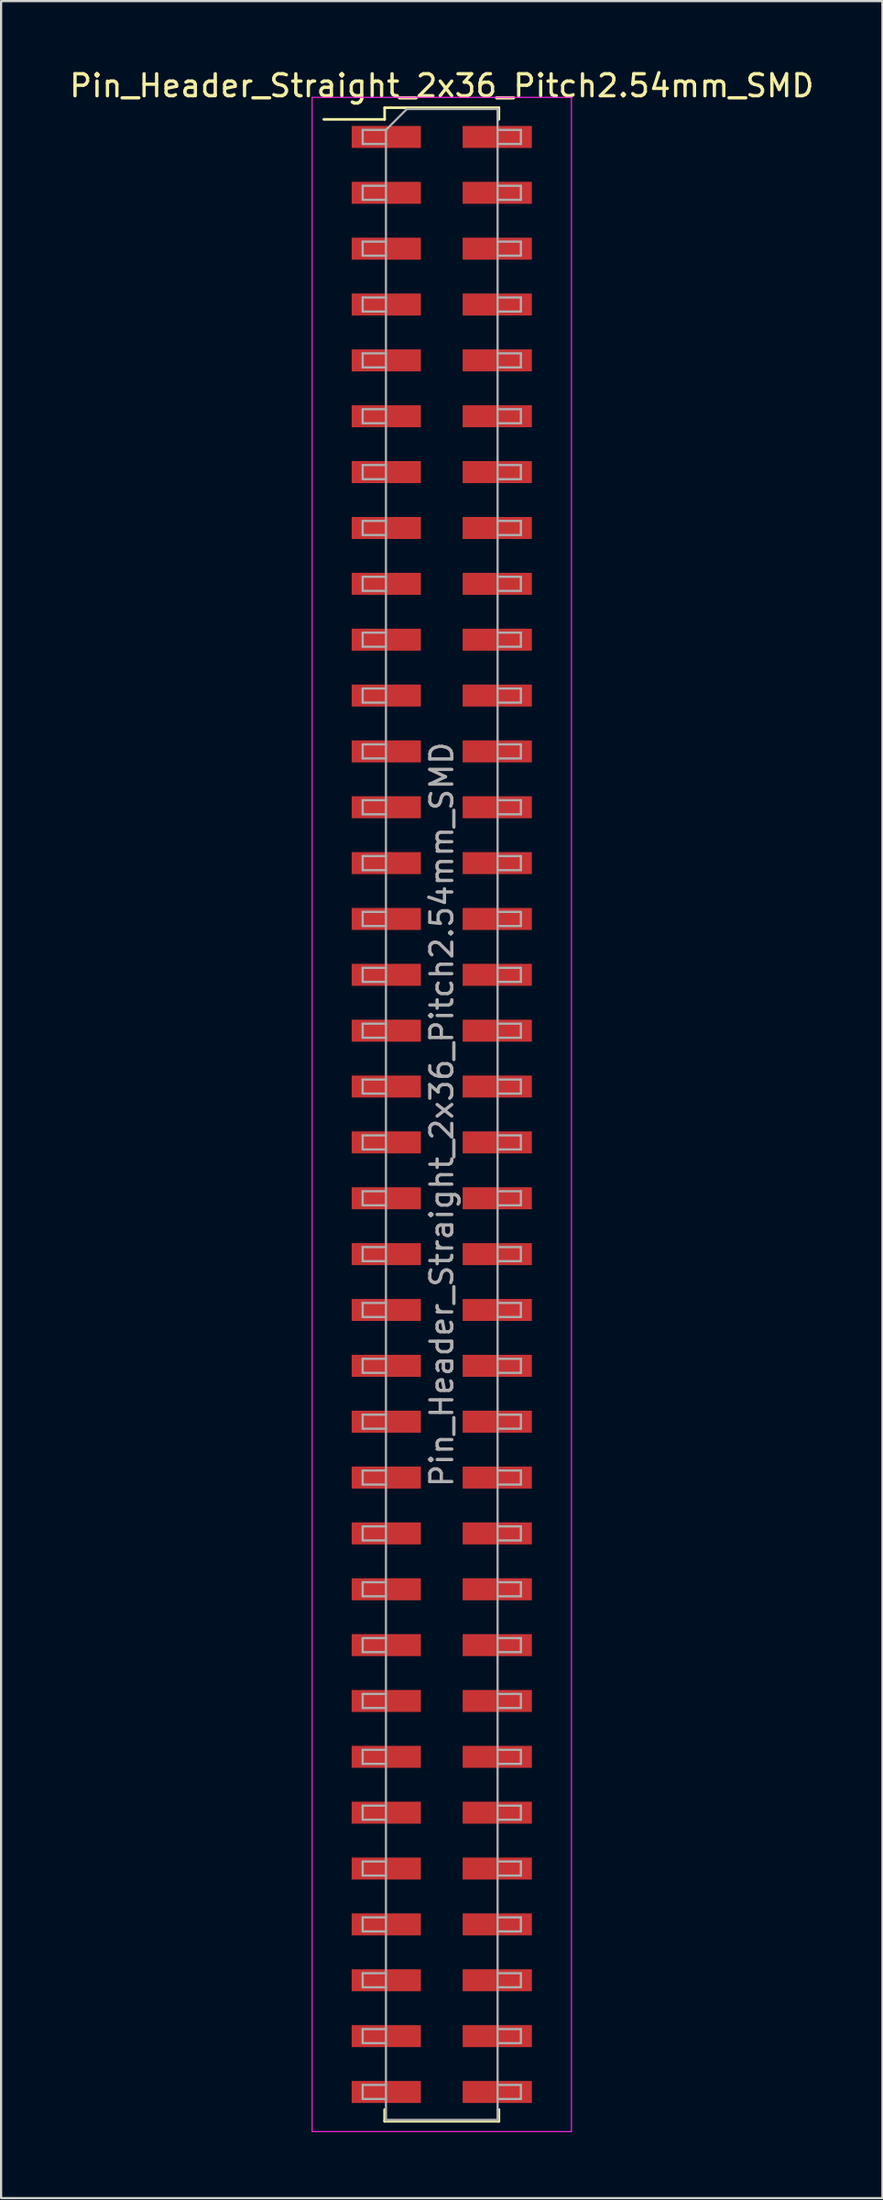
<source format=kicad_pcb>
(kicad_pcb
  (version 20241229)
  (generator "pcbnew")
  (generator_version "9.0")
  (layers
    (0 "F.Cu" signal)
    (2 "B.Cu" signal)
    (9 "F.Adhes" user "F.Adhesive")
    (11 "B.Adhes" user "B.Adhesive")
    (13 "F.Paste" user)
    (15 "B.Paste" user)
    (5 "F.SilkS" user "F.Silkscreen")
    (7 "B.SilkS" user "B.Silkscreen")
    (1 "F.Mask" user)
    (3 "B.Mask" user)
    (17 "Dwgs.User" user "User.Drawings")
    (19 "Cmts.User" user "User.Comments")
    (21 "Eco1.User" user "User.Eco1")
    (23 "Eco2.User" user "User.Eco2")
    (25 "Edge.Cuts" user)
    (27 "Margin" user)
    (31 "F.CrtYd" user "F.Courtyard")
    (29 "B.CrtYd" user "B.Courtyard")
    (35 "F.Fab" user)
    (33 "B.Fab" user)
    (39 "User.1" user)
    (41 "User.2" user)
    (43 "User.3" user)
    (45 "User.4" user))
  (footprint "Pin_Header_Straight_2x36_Pitch2.54mm_SMD"
    (layer "F.Cu")
    (at 17.054 47.628)
    (property "Reference" "Pin_Header_Straight_2x36_Pitch2.54mm_SMD" (at 0 -46.78 0) (layer "F.SilkS") (effects (font (size 1 1) (thickness 0.15))))
    (attr smd)
    (fp_line (start -5.37 -45.25) (end -2.6 -45.25) (stroke (width 0.12) (type solid)) (layer "F.SilkS"))
    (fp_line (start -2.6 -45.78) (end 2.6 -45.78) (stroke (width 0.12) (type solid)) (layer "F.SilkS"))
    (fp_line (start -2.6 -45.25) (end -2.6 -45.78) (stroke (width 0.12) (type solid)) (layer "F.SilkS"))
    (fp_line (start -2.6 45.25) (end -2.6 45.78) (stroke (width 0.12) (type solid)) (layer "F.SilkS"))
    (fp_line (start -2.6 45.78) (end 2.6 45.78) (stroke (width 0.12) (type solid)) (layer "F.SilkS"))
    (fp_line (start 2.6 -45.78) (end 2.6 -45.25) (stroke (width 0.12) (type solid)) (layer "F.SilkS"))
    (fp_line (start 2.6 45.78) (end 2.6 45.25) (stroke (width 0.12) (type solid)) (layer "F.SilkS"))
    (fp_line (start -5.9 -46.25) (end -5.9 46.25) (stroke (width 0.05) (type solid)) (layer "F.CrtYd"))
    (fp_line (start -5.9 46.25) (end 5.9 46.25) (stroke (width 0.05) (type solid)) (layer "F.CrtYd"))
    (fp_line (start 5.9 -46.25) (end -5.9 -46.25) (stroke (width 0.05) (type solid)) (layer "F.CrtYd"))
    (fp_line (start 5.9 46.25) (end 5.9 -46.25) (stroke (width 0.05) (type solid)) (layer "F.CrtYd"))
    (fp_line (start -3.6 -44.77) (end -3.6 -44.13) (stroke (width 0.1) (type solid)) (layer "F.Fab"))
    (fp_line (start -3.6 -44.13) (end -2.54 -44.13) (stroke (width 0.1) (type solid)) (layer "F.Fab"))
    (fp_line (start -3.6 -42.23) (end -3.6 -41.59) (stroke (width 0.1) (type solid)) (layer "F.Fab"))
    (fp_line (start -3.6 -41.59) (end -2.54 -41.59) (stroke (width 0.1) (type solid)) (layer "F.Fab"))
    (fp_line (start -3.6 -39.69) (end -3.6 -39.05) (stroke (width 0.1) (type solid)) (layer "F.Fab"))
    (fp_line (start -3.6 -39.05) (end -2.54 -39.05) (stroke (width 0.1) (type solid)) (layer "F.Fab"))
    (fp_line (start -3.6 -37.15) (end -3.6 -36.51) (stroke (width 0.1) (type solid)) (layer "F.Fab"))
    (fp_line (start -3.6 -36.51) (end -2.54 -36.51) (stroke (width 0.1) (type solid)) (layer "F.Fab"))
    (fp_line (start -3.6 -34.61) (end -3.6 -33.97) (stroke (width 0.1) (type solid)) (layer "F.Fab"))
    (fp_line (start -3.6 -33.97) (end -2.54 -33.97) (stroke (width 0.1) (type solid)) (layer "F.Fab"))
    (fp_line (start -3.6 -32.07) (end -3.6 -31.43) (stroke (width 0.1) (type solid)) (layer "F.Fab"))
    (fp_line (start -3.6 -31.43) (end -2.54 -31.43) (stroke (width 0.1) (type solid)) (layer "F.Fab"))
    (fp_line (start -3.6 -29.53) (end -3.6 -28.89) (stroke (width 0.1) (type solid)) (layer "F.Fab"))
    (fp_line (start -3.6 -28.89) (end -2.54 -28.89) (stroke (width 0.1) (type solid)) (layer "F.Fab"))
    (fp_line (start -3.6 -26.99) (end -3.6 -26.35) (stroke (width 0.1) (type solid)) (layer "F.Fab"))
    (fp_line (start -3.6 -26.35) (end -2.54 -26.35) (stroke (width 0.1) (type solid)) (layer "F.Fab"))
    (fp_line (start -3.6 -24.45) (end -3.6 -23.81) (stroke (width 0.1) (type solid)) (layer "F.Fab"))
    (fp_line (start -3.6 -23.81) (end -2.54 -23.81) (stroke (width 0.1) (type solid)) (layer "F.Fab"))
    (fp_line (start -3.6 -21.91) (end -3.6 -21.27) (stroke (width 0.1) (type solid)) (layer "F.Fab"))
    (fp_line (start -3.6 -21.27) (end -2.54 -21.27) (stroke (width 0.1) (type solid)) (layer "F.Fab"))
    (fp_line (start -3.6 -19.37) (end -3.6 -18.73) (stroke (width 0.1) (type solid)) (layer "F.Fab"))
    (fp_line (start -3.6 -18.73) (end -2.54 -18.73) (stroke (width 0.1) (type solid)) (layer "F.Fab"))
    (fp_line (start -3.6 -16.83) (end -3.6 -16.19) (stroke (width 0.1) (type solid)) (layer "F.Fab"))
    (fp_line (start -3.6 -16.19) (end -2.54 -16.19) (stroke (width 0.1) (type solid)) (layer "F.Fab"))
    (fp_line (start -3.6 -14.29) (end -3.6 -13.65) (stroke (width 0.1) (type solid)) (layer "F.Fab"))
    (fp_line (start -3.6 -13.65) (end -2.54 -13.65) (stroke (width 0.1) (type solid)) (layer "F.Fab"))
    (fp_line (start -3.6 -11.75) (end -3.6 -11.11) (stroke (width 0.1) (type solid)) (layer "F.Fab"))
    (fp_line (start -3.6 -11.11) (end -2.54 -11.11) (stroke (width 0.1) (type solid)) (layer "F.Fab"))
    (fp_line (start -3.6 -9.21) (end -3.6 -8.57) (stroke (width 0.1) (type solid)) (layer "F.Fab"))
    (fp_line (start -3.6 -8.57) (end -2.54 -8.57) (stroke (width 0.1) (type solid)) (layer "F.Fab"))
    (fp_line (start -3.6 -6.67) (end -3.6 -6.03) (stroke (width 0.1) (type solid)) (layer "F.Fab"))
    (fp_line (start -3.6 -6.03) (end -2.54 -6.03) (stroke (width 0.1) (type solid)) (layer "F.Fab"))
    (fp_line (start -3.6 -4.13) (end -3.6 -3.49) (stroke (width 0.1) (type solid)) (layer "F.Fab"))
    (fp_line (start -3.6 -3.49) (end -2.54 -3.49) (stroke (width 0.1) (type solid)) (layer "F.Fab"))
    (fp_line (start -3.6 -1.59) (end -3.6 -0.95) (stroke (width 0.1) (type solid)) (layer "F.Fab"))
    (fp_line (start -3.6 -0.95) (end -2.54 -0.95) (stroke (width 0.1) (type solid)) (layer "F.Fab"))
    (fp_line (start -3.6 0.95) (end -3.6 1.59) (stroke (width 0.1) (type solid)) (layer "F.Fab"))
    (fp_line (start -3.6 1.59) (end -2.54 1.59) (stroke (width 0.1) (type solid)) (layer "F.Fab"))
    (fp_line (start -3.6 3.49) (end -3.6 4.13) (stroke (width 0.1) (type solid)) (layer "F.Fab"))
    (fp_line (start -3.6 4.13) (end -2.54 4.13) (stroke (width 0.1) (type solid)) (layer "F.Fab"))
    (fp_line (start -3.6 6.03) (end -3.6 6.67) (stroke (width 0.1) (type solid)) (layer "F.Fab"))
    (fp_line (start -3.6 6.67) (end -2.54 6.67) (stroke (width 0.1) (type solid)) (layer "F.Fab"))
    (fp_line (start -3.6 8.57) (end -3.6 9.21) (stroke (width 0.1) (type solid)) (layer "F.Fab"))
    (fp_line (start -3.6 9.21) (end -2.54 9.21) (stroke (width 0.1) (type solid)) (layer "F.Fab"))
    (fp_line (start -3.6 11.11) (end -3.6 11.75) (stroke (width 0.1) (type solid)) (layer "F.Fab"))
    (fp_line (start -3.6 11.75) (end -2.54 11.75) (stroke (width 0.1) (type solid)) (layer "F.Fab"))
    (fp_line (start -3.6 13.65) (end -3.6 14.29) (stroke (width 0.1) (type solid)) (layer "F.Fab"))
    (fp_line (start -3.6 14.29) (end -2.54 14.29) (stroke (width 0.1) (type solid)) (layer "F.Fab"))
    (fp_line (start -3.6 16.19) (end -3.6 16.83) (stroke (width 0.1) (type solid)) (layer "F.Fab"))
    (fp_line (start -3.6 16.83) (end -2.54 16.83) (stroke (width 0.1) (type solid)) (layer "F.Fab"))
    (fp_line (start -3.6 18.73) (end -3.6 19.37) (stroke (width 0.1) (type solid)) (layer "F.Fab"))
    (fp_line (start -3.6 19.37) (end -2.54 19.37) (stroke (width 0.1) (type solid)) (layer "F.Fab"))
    (fp_line (start -3.6 21.27) (end -3.6 21.91) (stroke (width 0.1) (type solid)) (layer "F.Fab"))
    (fp_line (start -3.6 21.91) (end -2.54 21.91) (stroke (width 0.1) (type solid)) (layer "F.Fab"))
    (fp_line (start -3.6 23.81) (end -3.6 24.45) (stroke (width 0.1) (type solid)) (layer "F.Fab"))
    (fp_line (start -3.6 24.45) (end -2.54 24.45) (stroke (width 0.1) (type solid)) (layer "F.Fab"))
    (fp_line (start -3.6 26.35) (end -3.6 26.99) (stroke (width 0.1) (type solid)) (layer "F.Fab"))
    (fp_line (start -3.6 26.99) (end -2.54 26.99) (stroke (width 0.1) (type solid)) (layer "F.Fab"))
    (fp_line (start -3.6 28.89) (end -3.6 29.53) (stroke (width 0.1) (type solid)) (layer "F.Fab"))
    (fp_line (start -3.6 29.53) (end -2.54 29.53) (stroke (width 0.1) (type solid)) (layer "F.Fab"))
    (fp_line (start -3.6 31.43) (end -3.6 32.07) (stroke (width 0.1) (type solid)) (layer "F.Fab"))
    (fp_line (start -3.6 32.07) (end -2.54 32.07) (stroke (width 0.1) (type solid)) (layer "F.Fab"))
    (fp_line (start -3.6 33.97) (end -3.6 34.61) (stroke (width 0.1) (type solid)) (layer "F.Fab"))
    (fp_line (start -3.6 34.61) (end -2.54 34.61) (stroke (width 0.1) (type solid)) (layer "F.Fab"))
    (fp_line (start -3.6 36.51) (end -3.6 37.15) (stroke (width 0.1) (type solid)) (layer "F.Fab"))
    (fp_line (start -3.6 37.15) (end -2.54 37.15) (stroke (width 0.1) (type solid)) (layer "F.Fab"))
    (fp_line (start -3.6 39.05) (end -3.6 39.69) (stroke (width 0.1) (type solid)) (layer "F.Fab"))
    (fp_line (start -3.6 39.69) (end -2.54 39.69) (stroke (width 0.1) (type solid)) (layer "F.Fab"))
    (fp_line (start -3.6 41.59) (end -3.6 42.23) (stroke (width 0.1) (type solid)) (layer "F.Fab"))
    (fp_line (start -3.6 42.23) (end -2.54 42.23) (stroke (width 0.1) (type solid)) (layer "F.Fab"))
    (fp_line (start -3.6 44.13) (end -3.6 44.77) (stroke (width 0.1) (type solid)) (layer "F.Fab"))
    (fp_line (start -3.6 44.77) (end -2.54 44.77) (stroke (width 0.1) (type solid)) (layer "F.Fab"))
    (fp_line (start -2.54 -44.77) (end -3.6 -44.77) (stroke (width 0.1) (type solid)) (layer "F.Fab"))
    (fp_line (start -2.54 -44.77) (end -1.59 -45.72) (stroke (width 0.1) (type solid)) (layer "F.Fab"))
    (fp_line (start -2.54 -42.23) (end -3.6 -42.23) (stroke (width 0.1) (type solid)) (layer "F.Fab"))
    (fp_line (start -2.54 -39.69) (end -3.6 -39.69) (stroke (width 0.1) (type solid)) (layer "F.Fab"))
    (fp_line (start -2.54 -37.15) (end -3.6 -37.15) (stroke (width 0.1) (type solid)) (layer "F.Fab"))
    (fp_line (start -2.54 -34.61) (end -3.6 -34.61) (stroke (width 0.1) (type solid)) (layer "F.Fab"))
    (fp_line (start -2.54 -32.07) (end -3.6 -32.07) (stroke (width 0.1) (type solid)) (layer "F.Fab"))
    (fp_line (start -2.54 -29.53) (end -3.6 -29.53) (stroke (width 0.1) (type solid)) (layer "F.Fab"))
    (fp_line (start -2.54 -26.99) (end -3.6 -26.99) (stroke (width 0.1) (type solid)) (layer "F.Fab"))
    (fp_line (start -2.54 -24.45) (end -3.6 -24.45) (stroke (width 0.1) (type solid)) (layer "F.Fab"))
    (fp_line (start -2.54 -21.91) (end -3.6 -21.91) (stroke (width 0.1) (type solid)) (layer "F.Fab"))
    (fp_line (start -2.54 -19.37) (end -3.6 -19.37) (stroke (width 0.1) (type solid)) (layer "F.Fab"))
    (fp_line (start -2.54 -16.83) (end -3.6 -16.83) (stroke (width 0.1) (type solid)) (layer "F.Fab"))
    (fp_line (start -2.54 -14.29) (end -3.6 -14.29) (stroke (width 0.1) (type solid)) (layer "F.Fab"))
    (fp_line (start -2.54 -11.75) (end -3.6 -11.75) (stroke (width 0.1) (type solid)) (layer "F.Fab"))
    (fp_line (start -2.54 -9.21) (end -3.6 -9.21) (stroke (width 0.1) (type solid)) (layer "F.Fab"))
    (fp_line (start -2.54 -6.67) (end -3.6 -6.67) (stroke (width 0.1) (type solid)) (layer "F.Fab"))
    (fp_line (start -2.54 -4.13) (end -3.6 -4.13) (stroke (width 0.1) (type solid)) (layer "F.Fab"))
    (fp_line (start -2.54 -1.59) (end -3.6 -1.59) (stroke (width 0.1) (type solid)) (layer "F.Fab"))
    (fp_line (start -2.54 0.95) (end -3.6 0.95) (stroke (width 0.1) (type solid)) (layer "F.Fab"))
    (fp_line (start -2.54 3.49) (end -3.6 3.49) (stroke (width 0.1) (type solid)) (layer "F.Fab"))
    (fp_line (start -2.54 6.03) (end -3.6 6.03) (stroke (width 0.1) (type solid)) (layer "F.Fab"))
    (fp_line (start -2.54 8.57) (end -3.6 8.57) (stroke (width 0.1) (type solid)) (layer "F.Fab"))
    (fp_line (start -2.54 11.11) (end -3.6 11.11) (stroke (width 0.1) (type solid)) (layer "F.Fab"))
    (fp_line (start -2.54 13.65) (end -3.6 13.65) (stroke (width 0.1) (type solid)) (layer "F.Fab"))
    (fp_line (start -2.54 16.19) (end -3.6 16.19) (stroke (width 0.1) (type solid)) (layer "F.Fab"))
    (fp_line (start -2.54 18.73) (end -3.6 18.73) (stroke (width 0.1) (type solid)) (layer "F.Fab"))
    (fp_line (start -2.54 21.27) (end -3.6 21.27) (stroke (width 0.1) (type solid)) (layer "F.Fab"))
    (fp_line (start -2.54 23.81) (end -3.6 23.81) (stroke (width 0.1) (type solid)) (layer "F.Fab"))
    (fp_line (start -2.54 26.35) (end -3.6 26.35) (stroke (width 0.1) (type solid)) (layer "F.Fab"))
    (fp_line (start -2.54 28.89) (end -3.6 28.89) (stroke (width 0.1) (type solid)) (layer "F.Fab"))
    (fp_line (start -2.54 31.43) (end -3.6 31.43) (stroke (width 0.1) (type solid)) (layer "F.Fab"))
    (fp_line (start -2.54 33.97) (end -3.6 33.97) (stroke (width 0.1) (type solid)) (layer "F.Fab"))
    (fp_line (start -2.54 36.51) (end -3.6 36.51) (stroke (width 0.1) (type solid)) (layer "F.Fab"))
    (fp_line (start -2.54 39.05) (end -3.6 39.05) (stroke (width 0.1) (type solid)) (layer "F.Fab"))
    (fp_line (start -2.54 41.59) (end -3.6 41.59) (stroke (width 0.1) (type solid)) (layer "F.Fab"))
    (fp_line (start -2.54 44.13) (end -3.6 44.13) (stroke (width 0.1) (type solid)) (layer "F.Fab"))
    (fp_line (start -2.54 45.72) (end -2.54 -44.77) (stroke (width 0.1) (type solid)) (layer "F.Fab"))
    (fp_line (start -1.59 -45.72) (end 2.54 -45.72) (stroke (width 0.1) (type solid)) (layer "F.Fab"))
    (fp_line (start 2.54 -45.72) (end 2.54 45.72) (stroke (width 0.1) (type solid)) (layer "F.Fab"))
    (fp_line (start 2.54 -44.77) (end 3.6 -44.77) (stroke (width 0.1) (type solid)) (layer "F.Fab"))
    (fp_line (start 2.54 -42.23) (end 3.6 -42.23) (stroke (width 0.1) (type solid)) (layer "F.Fab"))
    (fp_line (start 2.54 -39.69) (end 3.6 -39.69) (stroke (width 0.1) (type solid)) (layer "F.Fab"))
    (fp_line (start 2.54 -37.15) (end 3.6 -37.15) (stroke (width 0.1) (type solid)) (layer "F.Fab"))
    (fp_line (start 2.54 -34.61) (end 3.6 -34.61) (stroke (width 0.1) (type solid)) (layer "F.Fab"))
    (fp_line (start 2.54 -32.07) (end 3.6 -32.07) (stroke (width 0.1) (type solid)) (layer "F.Fab"))
    (fp_line (start 2.54 -29.53) (end 3.6 -29.53) (stroke (width 0.1) (type solid)) (layer "F.Fab"))
    (fp_line (start 2.54 -26.99) (end 3.6 -26.99) (stroke (width 0.1) (type solid)) (layer "F.Fab"))
    (fp_line (start 2.54 -24.45) (end 3.6 -24.45) (stroke (width 0.1) (type solid)) (layer "F.Fab"))
    (fp_line (start 2.54 -21.91) (end 3.6 -21.91) (stroke (width 0.1) (type solid)) (layer "F.Fab"))
    (fp_line (start 2.54 -19.37) (end 3.6 -19.37) (stroke (width 0.1) (type solid)) (layer "F.Fab"))
    (fp_line (start 2.54 -16.83) (end 3.6 -16.83) (stroke (width 0.1) (type solid)) (layer "F.Fab"))
    (fp_line (start 2.54 -14.29) (end 3.6 -14.29) (stroke (width 0.1) (type solid)) (layer "F.Fab"))
    (fp_line (start 2.54 -11.75) (end 3.6 -11.75) (stroke (width 0.1) (type solid)) (layer "F.Fab"))
    (fp_line (start 2.54 -9.21) (end 3.6 -9.21) (stroke (width 0.1) (type solid)) (layer "F.Fab"))
    (fp_line (start 2.54 -6.67) (end 3.6 -6.67) (stroke (width 0.1) (type solid)) (layer "F.Fab"))
    (fp_line (start 2.54 -4.13) (end 3.6 -4.13) (stroke (width 0.1) (type solid)) (layer "F.Fab"))
    (fp_line (start 2.54 -1.59) (end 3.6 -1.59) (stroke (width 0.1) (type solid)) (layer "F.Fab"))
    (fp_line (start 2.54 0.95) (end 3.6 0.95) (stroke (width 0.1) (type solid)) (layer "F.Fab"))
    (fp_line (start 2.54 3.49) (end 3.6 3.49) (stroke (width 0.1) (type solid)) (layer "F.Fab"))
    (fp_line (start 2.54 6.03) (end 3.6 6.03) (stroke (width 0.1) (type solid)) (layer "F.Fab"))
    (fp_line (start 2.54 8.57) (end 3.6 8.57) (stroke (width 0.1) (type solid)) (layer "F.Fab"))
    (fp_line (start 2.54 11.11) (end 3.6 11.11) (stroke (width 0.1) (type solid)) (layer "F.Fab"))
    (fp_line (start 2.54 13.65) (end 3.6 13.65) (stroke (width 0.1) (type solid)) (layer "F.Fab"))
    (fp_line (start 2.54 16.19) (end 3.6 16.19) (stroke (width 0.1) (type solid)) (layer "F.Fab"))
    (fp_line (start 2.54 18.73) (end 3.6 18.73) (stroke (width 0.1) (type solid)) (layer "F.Fab"))
    (fp_line (start 2.54 21.27) (end 3.6 21.27) (stroke (width 0.1) (type solid)) (layer "F.Fab"))
    (fp_line (start 2.54 23.81) (end 3.6 23.81) (stroke (width 0.1) (type solid)) (layer "F.Fab"))
    (fp_line (start 2.54 26.35) (end 3.6 26.35) (stroke (width 0.1) (type solid)) (layer "F.Fab"))
    (fp_line (start 2.54 28.89) (end 3.6 28.89) (stroke (width 0.1) (type solid)) (layer "F.Fab"))
    (fp_line (start 2.54 31.43) (end 3.6 31.43) (stroke (width 0.1) (type solid)) (layer "F.Fab"))
    (fp_line (start 2.54 33.97) (end 3.6 33.97) (stroke (width 0.1) (type solid)) (layer "F.Fab"))
    (fp_line (start 2.54 36.51) (end 3.6 36.51) (stroke (width 0.1) (type solid)) (layer "F.Fab"))
    (fp_line (start 2.54 39.05) (end 3.6 39.05) (stroke (width 0.1) (type solid)) (layer "F.Fab"))
    (fp_line (start 2.54 41.59) (end 3.6 41.59) (stroke (width 0.1) (type solid)) (layer "F.Fab"))
    (fp_line (start 2.54 44.13) (end 3.6 44.13) (stroke (width 0.1) (type solid)) (layer "F.Fab"))
    (fp_line (start 2.54 45.72) (end -2.54 45.72) (stroke (width 0.1) (type solid)) (layer "F.Fab"))
    (fp_line (start 3.6 -44.77) (end 3.6 -44.13) (stroke (width 0.1) (type solid)) (layer "F.Fab"))
    (fp_line (start 3.6 -44.13) (end 2.54 -44.13) (stroke (width 0.1) (type solid)) (layer "F.Fab"))
    (fp_line (start 3.6 -42.23) (end 3.6 -41.59) (stroke (width 0.1) (type solid)) (layer "F.Fab"))
    (fp_line (start 3.6 -41.59) (end 2.54 -41.59) (stroke (width 0.1) (type solid)) (layer "F.Fab"))
    (fp_line (start 3.6 -39.69) (end 3.6 -39.05) (stroke (width 0.1) (type solid)) (layer "F.Fab"))
    (fp_line (start 3.6 -39.05) (end 2.54 -39.05) (stroke (width 0.1) (type solid)) (layer "F.Fab"))
    (fp_line (start 3.6 -37.15) (end 3.6 -36.51) (stroke (width 0.1) (type solid)) (layer "F.Fab"))
    (fp_line (start 3.6 -36.51) (end 2.54 -36.51) (stroke (width 0.1) (type solid)) (layer "F.Fab"))
    (fp_line (start 3.6 -34.61) (end 3.6 -33.97) (stroke (width 0.1) (type solid)) (layer "F.Fab"))
    (fp_line (start 3.6 -33.97) (end 2.54 -33.97) (stroke (width 0.1) (type solid)) (layer "F.Fab"))
    (fp_line (start 3.6 -32.07) (end 3.6 -31.43) (stroke (width 0.1) (type solid)) (layer "F.Fab"))
    (fp_line (start 3.6 -31.43) (end 2.54 -31.43) (stroke (width 0.1) (type solid)) (layer "F.Fab"))
    (fp_line (start 3.6 -29.53) (end 3.6 -28.89) (stroke (width 0.1) (type solid)) (layer "F.Fab"))
    (fp_line (start 3.6 -28.89) (end 2.54 -28.89) (stroke (width 0.1) (type solid)) (layer "F.Fab"))
    (fp_line (start 3.6 -26.99) (end 3.6 -26.35) (stroke (width 0.1) (type solid)) (layer "F.Fab"))
    (fp_line (start 3.6 -26.35) (end 2.54 -26.35) (stroke (width 0.1) (type solid)) (layer "F.Fab"))
    (fp_line (start 3.6 -24.45) (end 3.6 -23.81) (stroke (width 0.1) (type solid)) (layer "F.Fab"))
    (fp_line (start 3.6 -23.81) (end 2.54 -23.81) (stroke (width 0.1) (type solid)) (layer "F.Fab"))
    (fp_line (start 3.6 -21.91) (end 3.6 -21.27) (stroke (width 0.1) (type solid)) (layer "F.Fab"))
    (fp_line (start 3.6 -21.27) (end 2.54 -21.27) (stroke (width 0.1) (type solid)) (layer "F.Fab"))
    (fp_line (start 3.6 -19.37) (end 3.6 -18.73) (stroke (width 0.1) (type solid)) (layer "F.Fab"))
    (fp_line (start 3.6 -18.73) (end 2.54 -18.73) (stroke (width 0.1) (type solid)) (layer "F.Fab"))
    (fp_line (start 3.6 -16.83) (end 3.6 -16.19) (stroke (width 0.1) (type solid)) (layer "F.Fab"))
    (fp_line (start 3.6 -16.19) (end 2.54 -16.19) (stroke (width 0.1) (type solid)) (layer "F.Fab"))
    (fp_line (start 3.6 -14.29) (end 3.6 -13.65) (stroke (width 0.1) (type solid)) (layer "F.Fab"))
    (fp_line (start 3.6 -13.65) (end 2.54 -13.65) (stroke (width 0.1) (type solid)) (layer "F.Fab"))
    (fp_line (start 3.6 -11.75) (end 3.6 -11.11) (stroke (width 0.1) (type solid)) (layer "F.Fab"))
    (fp_line (start 3.6 -11.11) (end 2.54 -11.11) (stroke (width 0.1) (type solid)) (layer "F.Fab"))
    (fp_line (start 3.6 -9.21) (end 3.6 -8.57) (stroke (width 0.1) (type solid)) (layer "F.Fab"))
    (fp_line (start 3.6 -8.57) (end 2.54 -8.57) (stroke (width 0.1) (type solid)) (layer "F.Fab"))
    (fp_line (start 3.6 -6.67) (end 3.6 -6.03) (stroke (width 0.1) (type solid)) (layer "F.Fab"))
    (fp_line (start 3.6 -6.03) (end 2.54 -6.03) (stroke (width 0.1) (type solid)) (layer "F.Fab"))
    (fp_line (start 3.6 -4.13) (end 3.6 -3.49) (stroke (width 0.1) (type solid)) (layer "F.Fab"))
    (fp_line (start 3.6 -3.49) (end 2.54 -3.49) (stroke (width 0.1) (type solid)) (layer "F.Fab"))
    (fp_line (start 3.6 -1.59) (end 3.6 -0.95) (stroke (width 0.1) (type solid)) (layer "F.Fab"))
    (fp_line (start 3.6 -0.95) (end 2.54 -0.95) (stroke (width 0.1) (type solid)) (layer "F.Fab"))
    (fp_line (start 3.6 0.95) (end 3.6 1.59) (stroke (width 0.1) (type solid)) (layer "F.Fab"))
    (fp_line (start 3.6 1.59) (end 2.54 1.59) (stroke (width 0.1) (type solid)) (layer "F.Fab"))
    (fp_line (start 3.6 3.49) (end 3.6 4.13) (stroke (width 0.1) (type solid)) (layer "F.Fab"))
    (fp_line (start 3.6 4.13) (end 2.54 4.13) (stroke (width 0.1) (type solid)) (layer "F.Fab"))
    (fp_line (start 3.6 6.03) (end 3.6 6.67) (stroke (width 0.1) (type solid)) (layer "F.Fab"))
    (fp_line (start 3.6 6.67) (end 2.54 6.67) (stroke (width 0.1) (type solid)) (layer "F.Fab"))
    (fp_line (start 3.6 8.57) (end 3.6 9.21) (stroke (width 0.1) (type solid)) (layer "F.Fab"))
    (fp_line (start 3.6 9.21) (end 2.54 9.21) (stroke (width 0.1) (type solid)) (layer "F.Fab"))
    (fp_line (start 3.6 11.11) (end 3.6 11.75) (stroke (width 0.1) (type solid)) (layer "F.Fab"))
    (fp_line (start 3.6 11.75) (end 2.54 11.75) (stroke (width 0.1) (type solid)) (layer "F.Fab"))
    (fp_line (start 3.6 13.65) (end 3.6 14.29) (stroke (width 0.1) (type solid)) (layer "F.Fab"))
    (fp_line (start 3.6 14.29) (end 2.54 14.29) (stroke (width 0.1) (type solid)) (layer "F.Fab"))
    (fp_line (start 3.6 16.19) (end 3.6 16.83) (stroke (width 0.1) (type solid)) (layer "F.Fab"))
    (fp_line (start 3.6 16.83) (end 2.54 16.83) (stroke (width 0.1) (type solid)) (layer "F.Fab"))
    (fp_line (start 3.6 18.73) (end 3.6 19.37) (stroke (width 0.1) (type solid)) (layer "F.Fab"))
    (fp_line (start 3.6 19.37) (end 2.54 19.37) (stroke (width 0.1) (type solid)) (layer "F.Fab"))
    (fp_line (start 3.6 21.27) (end 3.6 21.91) (stroke (width 0.1) (type solid)) (layer "F.Fab"))
    (fp_line (start 3.6 21.91) (end 2.54 21.91) (stroke (width 0.1) (type solid)) (layer "F.Fab"))
    (fp_line (start 3.6 23.81) (end 3.6 24.45) (stroke (width 0.1) (type solid)) (layer "F.Fab"))
    (fp_line (start 3.6 24.45) (end 2.54 24.45) (stroke (width 0.1) (type solid)) (layer "F.Fab"))
    (fp_line (start 3.6 26.35) (end 3.6 26.99) (stroke (width 0.1) (type solid)) (layer "F.Fab"))
    (fp_line (start 3.6 26.99) (end 2.54 26.99) (stroke (width 0.1) (type solid)) (layer "F.Fab"))
    (fp_line (start 3.6 28.89) (end 3.6 29.53) (stroke (width 0.1) (type solid)) (layer "F.Fab"))
    (fp_line (start 3.6 29.53) (end 2.54 29.53) (stroke (width 0.1) (type solid)) (layer "F.Fab"))
    (fp_line (start 3.6 31.43) (end 3.6 32.07) (stroke (width 0.1) (type solid)) (layer "F.Fab"))
    (fp_line (start 3.6 32.07) (end 2.54 32.07) (stroke (width 0.1) (type solid)) (layer "F.Fab"))
    (fp_line (start 3.6 33.97) (end 3.6 34.61) (stroke (width 0.1) (type solid)) (layer "F.Fab"))
    (fp_line (start 3.6 34.61) (end 2.54 34.61) (stroke (width 0.1) (type solid)) (layer "F.Fab"))
    (fp_line (start 3.6 36.51) (end 3.6 37.15) (stroke (width 0.1) (type solid)) (layer "F.Fab"))
    (fp_line (start 3.6 37.15) (end 2.54 37.15) (stroke (width 0.1) (type solid)) (layer "F.Fab"))
    (fp_line (start 3.6 39.05) (end 3.6 39.69) (stroke (width 0.1) (type solid)) (layer "F.Fab"))
    (fp_line (start 3.6 39.69) (end 2.54 39.69) (stroke (width 0.1) (type solid)) (layer "F.Fab"))
    (fp_line (start 3.6 41.59) (end 3.6 42.23) (stroke (width 0.1) (type solid)) (layer "F.Fab"))
    (fp_line (start 3.6 42.23) (end 2.54 42.23) (stroke (width 0.1) (type solid)) (layer "F.Fab"))
    (fp_line (start 3.6 44.13) (end 3.6 44.77) (stroke (width 0.1) (type solid)) (layer "F.Fab"))
    (fp_line (start 3.6 44.77) (end 2.54 44.77) (stroke (width 0.1) (type solid)) (layer "F.Fab"))
    (fp_text user "${REFERENCE}" (at 0 0 90) (layer "F.Fab") (effects (font (size 1 1) (thickness 0.15))))
    (pad "1" smd rect (at -2.525 -44.45) (size 3.15 1) (layers "F.Cu" "F.Mask" "F.Paste"))
    (pad "2" smd rect (at 2.525 -44.45) (size 3.15 1) (layers "F.Cu" "F.Mask" "F.Paste"))
    (pad "3" smd rect (at -2.525 -41.91) (size 3.15 1) (layers "F.Cu" "F.Mask" "F.Paste"))
    (pad "4" smd rect (at 2.525 -41.91) (size 3.15 1) (layers "F.Cu" "F.Mask" "F.Paste"))
    (pad "5" smd rect (at -2.525 -39.37) (size 3.15 1) (layers "F.Cu" "F.Mask" "F.Paste"))
    (pad "6" smd rect (at 2.525 -39.37) (size 3.15 1) (layers "F.Cu" "F.Mask" "F.Paste"))
    (pad "7" smd rect (at -2.525 -36.83) (size 3.15 1) (layers "F.Cu" "F.Mask" "F.Paste"))
    (pad "8" smd rect (at 2.525 -36.83) (size 3.15 1) (layers "F.Cu" "F.Mask" "F.Paste"))
    (pad "9" smd rect (at -2.525 -34.29) (size 3.15 1) (layers "F.Cu" "F.Mask" "F.Paste"))
    (pad "10" smd rect (at 2.525 -34.29) (size 3.15 1) (layers "F.Cu" "F.Mask" "F.Paste"))
    (pad "11" smd rect (at -2.525 -31.75) (size 3.15 1) (layers "F.Cu" "F.Mask" "F.Paste"))
    (pad "12" smd rect (at 2.525 -31.75) (size 3.15 1) (layers "F.Cu" "F.Mask" "F.Paste"))
    (pad "13" smd rect (at -2.525 -29.21) (size 3.15 1) (layers "F.Cu" "F.Mask" "F.Paste"))
    (pad "14" smd rect (at 2.525 -29.21) (size 3.15 1) (layers "F.Cu" "F.Mask" "F.Paste"))
    (pad "15" smd rect (at -2.525 -26.67) (size 3.15 1) (layers "F.Cu" "F.Mask" "F.Paste"))
    (pad "16" smd rect (at 2.525 -26.67) (size 3.15 1) (layers "F.Cu" "F.Mask" "F.Paste"))
    (pad "17" smd rect (at -2.525 -24.13) (size 3.15 1) (layers "F.Cu" "F.Mask" "F.Paste"))
    (pad "18" smd rect (at 2.525 -24.13) (size 3.15 1) (layers "F.Cu" "F.Mask" "F.Paste"))
    (pad "19" smd rect (at -2.525 -21.59) (size 3.15 1) (layers "F.Cu" "F.Mask" "F.Paste"))
    (pad "20" smd rect (at 2.525 -21.59) (size 3.15 1) (layers "F.Cu" "F.Mask" "F.Paste"))
    (pad "21" smd rect (at -2.525 -19.05) (size 3.15 1) (layers "F.Cu" "F.Mask" "F.Paste"))
    (pad "22" smd rect (at 2.525 -19.05) (size 3.15 1) (layers "F.Cu" "F.Mask" "F.Paste"))
    (pad "23" smd rect (at -2.525 -16.51) (size 3.15 1) (layers "F.Cu" "F.Mask" "F.Paste"))
    (pad "24" smd rect (at 2.525 -16.51) (size 3.15 1) (layers "F.Cu" "F.Mask" "F.Paste"))
    (pad "25" smd rect (at -2.525 -13.97) (size 3.15 1) (layers "F.Cu" "F.Mask" "F.Paste"))
    (pad "26" smd rect (at 2.525 -13.97) (size 3.15 1) (layers "F.Cu" "F.Mask" "F.Paste"))
    (pad "27" smd rect (at -2.525 -11.43) (size 3.15 1) (layers "F.Cu" "F.Mask" "F.Paste"))
    (pad "28" smd rect (at 2.525 -11.43) (size 3.15 1) (layers "F.Cu" "F.Mask" "F.Paste"))
    (pad "29" smd rect (at -2.525 -8.89) (size 3.15 1) (layers "F.Cu" "F.Mask" "F.Paste"))
    (pad "30" smd rect (at 2.525 -8.89) (size 3.15 1) (layers "F.Cu" "F.Mask" "F.Paste"))
    (pad "31" smd rect (at -2.525 -6.35) (size 3.15 1) (layers "F.Cu" "F.Mask" "F.Paste"))
    (pad "32" smd rect (at 2.525 -6.35) (size 3.15 1) (layers "F.Cu" "F.Mask" "F.Paste"))
    (pad "33" smd rect (at -2.525 -3.81) (size 3.15 1) (layers "F.Cu" "F.Mask" "F.Paste"))
    (pad "34" smd rect (at 2.525 -3.81) (size 3.15 1) (layers "F.Cu" "F.Mask" "F.Paste"))
    (pad "35" smd rect (at -2.525 -1.27) (size 3.15 1) (layers "F.Cu" "F.Mask" "F.Paste"))
    (pad "36" smd rect (at 2.525 -1.27) (size 3.15 1) (layers "F.Cu" "F.Mask" "F.Paste"))
    (pad "37" smd rect (at -2.525 1.27) (size 3.15 1) (layers "F.Cu" "F.Mask" "F.Paste"))
    (pad "38" smd rect (at 2.525 1.27) (size 3.15 1) (layers "F.Cu" "F.Mask" "F.Paste"))
    (pad "39" smd rect (at -2.525 3.81) (size 3.15 1) (layers "F.Cu" "F.Mask" "F.Paste"))
    (pad "40" smd rect (at 2.525 3.81) (size 3.15 1) (layers "F.Cu" "F.Mask" "F.Paste"))
    (pad "41" smd rect (at -2.525 6.35) (size 3.15 1) (layers "F.Cu" "F.Mask" "F.Paste"))
    (pad "42" smd rect (at 2.525 6.35) (size 3.15 1) (layers "F.Cu" "F.Mask" "F.Paste"))
    (pad "43" smd rect (at -2.525 8.89) (size 3.15 1) (layers "F.Cu" "F.Mask" "F.Paste"))
    (pad "44" smd rect (at 2.525 8.89) (size 3.15 1) (layers "F.Cu" "F.Mask" "F.Paste"))
    (pad "45" smd rect (at -2.525 11.43) (size 3.15 1) (layers "F.Cu" "F.Mask" "F.Paste"))
    (pad "46" smd rect (at 2.525 11.43) (size 3.15 1) (layers "F.Cu" "F.Mask" "F.Paste"))
    (pad "47" smd rect (at -2.525 13.97) (size 3.15 1) (layers "F.Cu" "F.Mask" "F.Paste"))
    (pad "48" smd rect (at 2.525 13.97) (size 3.15 1) (layers "F.Cu" "F.Mask" "F.Paste"))
    (pad "49" smd rect (at -2.525 16.51) (size 3.15 1) (layers "F.Cu" "F.Mask" "F.Paste"))
    (pad "50" smd rect (at 2.525 16.51) (size 3.15 1) (layers "F.Cu" "F.Mask" "F.Paste"))
    (pad "51" smd rect (at -2.525 19.05) (size 3.15 1) (layers "F.Cu" "F.Mask" "F.Paste"))
    (pad "52" smd rect (at 2.525 19.05) (size 3.15 1) (layers "F.Cu" "F.Mask" "F.Paste"))
    (pad "53" smd rect (at -2.525 21.59) (size 3.15 1) (layers "F.Cu" "F.Mask" "F.Paste"))
    (pad "54" smd rect (at 2.525 21.59) (size 3.15 1) (layers "F.Cu" "F.Mask" "F.Paste"))
    (pad "55" smd rect (at -2.525 24.13) (size 3.15 1) (layers "F.Cu" "F.Mask" "F.Paste"))
    (pad "56" smd rect (at 2.525 24.13) (size 3.15 1) (layers "F.Cu" "F.Mask" "F.Paste"))
    (pad "57" smd rect (at -2.525 26.67) (size 3.15 1) (layers "F.Cu" "F.Mask" "F.Paste"))
    (pad "58" smd rect (at 2.525 26.67) (size 3.15 1) (layers "F.Cu" "F.Mask" "F.Paste"))
    (pad "59" smd rect (at -2.525 29.21) (size 3.15 1) (layers "F.Cu" "F.Mask" "F.Paste"))
    (pad "60" smd rect (at 2.525 29.21) (size 3.15 1) (layers "F.Cu" "F.Mask" "F.Paste"))
    (pad "61" smd rect (at -2.525 31.75) (size 3.15 1) (layers "F.Cu" "F.Mask" "F.Paste"))
    (pad "62" smd rect (at 2.525 31.75) (size 3.15 1) (layers "F.Cu" "F.Mask" "F.Paste"))
    (pad "63" smd rect (at -2.525 34.29) (size 3.15 1) (layers "F.Cu" "F.Mask" "F.Paste"))
    (pad "64" smd rect (at 2.525 34.29) (size 3.15 1) (layers "F.Cu" "F.Mask" "F.Paste"))
    (pad "65" smd rect (at -2.525 36.83) (size 3.15 1) (layers "F.Cu" "F.Mask" "F.Paste"))
    (pad "66" smd rect (at 2.525 36.83) (size 3.15 1) (layers "F.Cu" "F.Mask" "F.Paste"))
    (pad "67" smd rect (at -2.525 39.37) (size 3.15 1) (layers "F.Cu" "F.Mask" "F.Paste"))
    (pad "68" smd rect (at 2.525 39.37) (size 3.15 1) (layers "F.Cu" "F.Mask" "F.Paste"))
    (pad "69" smd rect (at -2.525 41.91) (size 3.15 1) (layers "F.Cu" "F.Mask" "F.Paste"))
    (pad "70" smd rect (at 2.525 41.91) (size 3.15 1) (layers "F.Cu" "F.Mask" "F.Paste"))
    (pad "71" smd rect (at -2.525 44.45) (size 3.15 1) (layers "F.Cu" "F.Mask" "F.Paste"))
    (pad "72" smd rect (at 2.525 44.45) (size 3.15 1) (layers "F.Cu" "F.Mask" "F.Paste")))
  (gr_rect
    (start -3 -3)
    (end 37.107 96.903)
    (stroke (width 0.1) (type default))
    (fill no)
    (layer "Edge.Cuts")))
</source>
